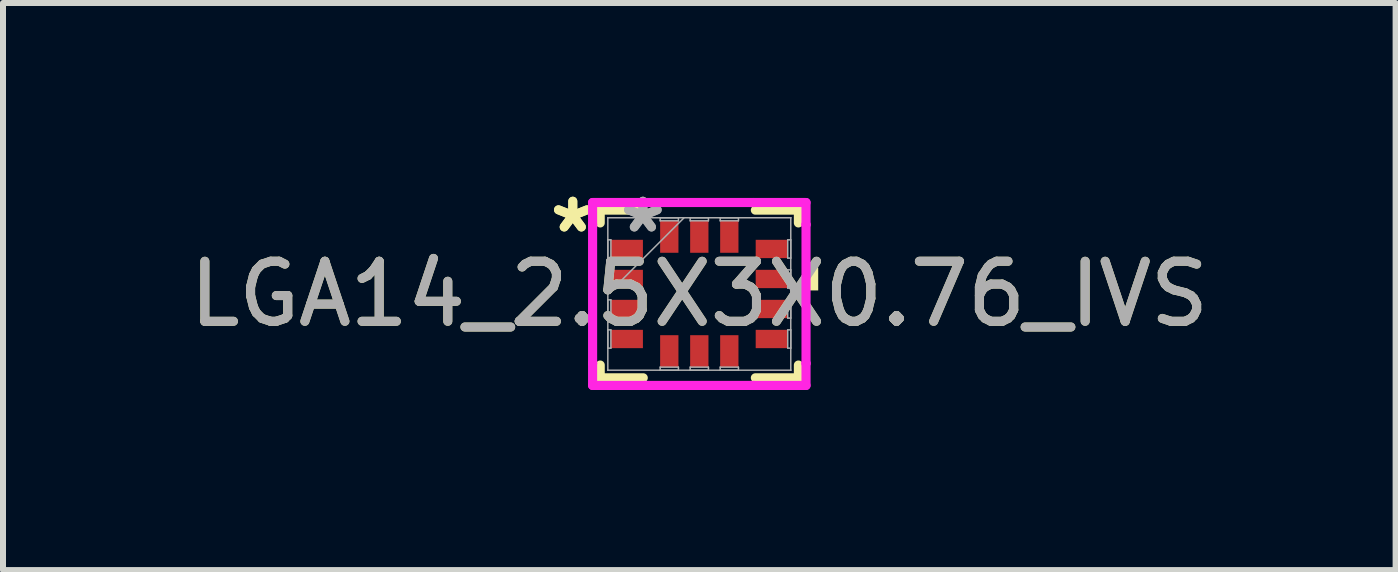
<source format=kicad_pcb>
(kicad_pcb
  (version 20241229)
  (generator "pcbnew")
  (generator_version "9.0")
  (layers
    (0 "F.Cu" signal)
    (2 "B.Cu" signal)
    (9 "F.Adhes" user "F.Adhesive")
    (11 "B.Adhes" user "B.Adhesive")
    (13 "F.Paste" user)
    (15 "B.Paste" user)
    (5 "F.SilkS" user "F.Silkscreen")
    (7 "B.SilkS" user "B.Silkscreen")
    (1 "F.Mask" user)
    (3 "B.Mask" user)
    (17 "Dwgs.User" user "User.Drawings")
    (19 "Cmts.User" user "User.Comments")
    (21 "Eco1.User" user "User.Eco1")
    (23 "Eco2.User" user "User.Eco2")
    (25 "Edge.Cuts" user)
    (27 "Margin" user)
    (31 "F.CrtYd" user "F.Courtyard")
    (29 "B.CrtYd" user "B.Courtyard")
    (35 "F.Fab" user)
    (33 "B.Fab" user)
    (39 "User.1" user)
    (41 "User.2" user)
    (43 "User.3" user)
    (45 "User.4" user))
  (footprint "LGA14_2.5X3X0.76_IVS"
    (layer "F.Cu")
    (at 8.601 1.848)
    (property "Reference" "LGA14_2.5X3X0.76_IVS" (at 0 0 0) (unlocked yes) (layer "F.SilkS") (effects (font (size 1 1) (thickness 0.15))))
    (attr smd)
    (fp_line (start -1.651 -1.397) (end -1.651 -1.184) (stroke (width 0.152) (type solid)) (layer "F.SilkS"))
    (fp_line (start -1.651 1.184) (end -1.651 1.397) (stroke (width 0.152) (type solid)) (layer "F.SilkS"))
    (fp_line (start -1.651 1.397) (end -0.934 1.397) (stroke (width 0.152) (type solid)) (layer "F.SilkS"))
    (fp_line (start -0.934 -1.397) (end -1.651 -1.397) (stroke (width 0.152) (type solid)) (layer "F.SilkS"))
    (fp_line (start 0.934 1.397) (end 1.651 1.397) (stroke (width 0.152) (type solid)) (layer "F.SilkS"))
    (fp_line (start 1.651 -1.397) (end 0.934 -1.397) (stroke (width 0.152) (type solid)) (layer "F.SilkS"))
    (fp_line (start 1.651 -1.184) (end 1.651 -1.397) (stroke (width 0.152) (type solid)) (layer "F.SilkS"))
    (fp_line (start 1.651 1.397) (end 1.651 1.184) (stroke (width 0.152) (type solid)) (layer "F.SilkS"))
    (fp_poly (pts (xy 1.981 -0.441) (xy 1.981 -0.059) (xy 1.727 -0.059) (xy 1.727 -0.441)) (stroke (width 0) (type solid)) (fill yes) (layer "F.SilkS"))
    (fp_line (start -1.778 -1.524) (end -0.906 -1.524) (stroke (width 0.152) (type solid)) (layer "F.CrtYd"))
    (fp_line (start -1.778 -1.156) (end -1.778 -1.524) (stroke (width 0.152) (type solid)) (layer "F.CrtYd"))
    (fp_line (start -1.778 -1.156) (end -1.778 -1.156) (stroke (width 0.152) (type solid)) (layer "F.CrtYd"))
    (fp_line (start -1.778 1.156) (end -1.778 -1.156) (stroke (width 0.152) (type solid)) (layer "F.CrtYd"))
    (fp_line (start -1.778 1.156) (end -1.778 1.156) (stroke (width 0.152) (type solid)) (layer "F.CrtYd"))
    (fp_line (start -1.778 1.524) (end -1.778 1.156) (stroke (width 0.152) (type solid)) (layer "F.CrtYd"))
    (fp_line (start -0.906 -1.524) (end -0.906 -1.524) (stroke (width 0.152) (type solid)) (layer "F.CrtYd"))
    (fp_line (start -0.906 -1.524) (end 0.906 -1.524) (stroke (width 0.152) (type solid)) (layer "F.CrtYd"))
    (fp_line (start -0.906 1.524) (end -1.778 1.524) (stroke (width 0.152) (type solid)) (layer "F.CrtYd"))
    (fp_line (start -0.906 1.524) (end -0.906 1.524) (stroke (width 0.152) (type solid)) (layer "F.CrtYd"))
    (fp_line (start 0.906 -1.524) (end 0.906 -1.524) (stroke (width 0.152) (type solid)) (layer "F.CrtYd"))
    (fp_line (start 0.906 -1.524) (end 1.778 -1.524) (stroke (width 0.152) (type solid)) (layer "F.CrtYd"))
    (fp_line (start 0.906 1.524) (end -0.906 1.524) (stroke (width 0.152) (type solid)) (layer "F.CrtYd"))
    (fp_line (start 0.906 1.524) (end 0.906 1.524) (stroke (width 0.152) (type solid)) (layer "F.CrtYd"))
    (fp_line (start 1.778 -1.524) (end 1.778 -1.156) (stroke (width 0.152) (type solid)) (layer "F.CrtYd"))
    (fp_line (start 1.778 -1.156) (end 1.778 -1.156) (stroke (width 0.152) (type solid)) (layer "F.CrtYd"))
    (fp_line (start 1.778 -1.156) (end 1.778 1.156) (stroke (width 0.152) (type solid)) (layer "F.CrtYd"))
    (fp_line (start 1.778 1.156) (end 1.778 1.156) (stroke (width 0.152) (type solid)) (layer "F.CrtYd"))
    (fp_line (start 1.778 1.156) (end 1.778 1.524) (stroke (width 0.152) (type solid)) (layer "F.CrtYd"))
    (fp_line (start 1.778 1.524) (end 0.906 1.524) (stroke (width 0.152) (type solid)) (layer "F.CrtYd"))
    (fp_line (start -1.524 -1.27) (end -1.524 -1.27) (stroke (width 0.025) (type solid)) (layer "F.Fab"))
    (fp_line (start -1.524 -1.27) (end -1.524 1.27) (stroke (width 0.025) (type solid)) (layer "F.Fab"))
    (fp_line (start -1.524 -0.902) (end -1.473 -0.902) (stroke (width 0.025) (type solid)) (layer "F.Fab"))
    (fp_line (start -1.524 -0.598) (end -1.524 -0.902) (stroke (width 0.025) (type solid)) (layer "F.Fab"))
    (fp_line (start -1.524 -0.402) (end -1.473 -0.402) (stroke (width 0.025) (type solid)) (layer "F.Fab"))
    (fp_line (start -1.524 -0.098) (end -1.524 -0.402) (stroke (width 0.025) (type solid)) (layer "F.Fab"))
    (fp_line (start -1.524 0) (end -0.254 -1.27) (stroke (width 0.025) (type solid)) (layer "F.Fab"))
    (fp_line (start -1.524 0.098) (end -1.473 0.098) (stroke (width 0.025) (type solid)) (layer "F.Fab"))
    (fp_line (start -1.524 0.402) (end -1.524 0.098) (stroke (width 0.025) (type solid)) (layer "F.Fab"))
    (fp_line (start -1.524 0.598) (end -1.473 0.598) (stroke (width 0.025) (type solid)) (layer "F.Fab"))
    (fp_line (start -1.524 0.902) (end -1.524 0.598) (stroke (width 0.025) (type solid)) (layer "F.Fab"))
    (fp_line (start -1.524 1.27) (end -1.524 1.27) (stroke (width 0.025) (type solid)) (layer "F.Fab"))
    (fp_line (start -1.524 1.27) (end 1.524 1.27) (stroke (width 0.025) (type solid)) (layer "F.Fab"))
    (fp_line (start -1.473 -0.902) (end -1.473 -0.598) (stroke (width 0.025) (type solid)) (layer "F.Fab"))
    (fp_line (start -1.473 -0.598) (end -1.524 -0.598) (stroke (width 0.025) (type solid)) (layer "F.Fab"))
    (fp_line (start -1.473 -0.402) (end -1.473 -0.098) (stroke (width 0.025) (type solid)) (layer "F.Fab"))
    (fp_line (start -1.473 -0.098) (end -1.524 -0.098) (stroke (width 0.025) (type solid)) (layer "F.Fab"))
    (fp_line (start -1.473 0.098) (end -1.473 0.402) (stroke (width 0.025) (type solid)) (layer "F.Fab"))
    (fp_line (start -1.473 0.402) (end -1.524 0.402) (stroke (width 0.025) (type solid)) (layer "F.Fab"))
    (fp_line (start -1.473 0.598) (end -1.473 0.902) (stroke (width 0.025) (type solid)) (layer "F.Fab"))
    (fp_line (start -1.473 0.902) (end -1.524 0.902) (stroke (width 0.025) (type solid)) (layer "F.Fab"))
    (fp_line (start -0.652 -1.27) (end -0.348 -1.27) (stroke (width 0.025) (type solid)) (layer "F.Fab"))
    (fp_line (start -0.652 -1.219) (end -0.652 -1.27) (stroke (width 0.025) (type solid)) (layer "F.Fab"))
    (fp_line (start -0.652 1.219) (end -0.348 1.219) (stroke (width 0.025) (type solid)) (layer "F.Fab"))
    (fp_line (start -0.652 1.27) (end -0.652 1.219) (stroke (width 0.025) (type solid)) (layer "F.Fab"))
    (fp_line (start -0.348 -1.27) (end -0.348 -1.219) (stroke (width 0.025) (type solid)) (layer "F.Fab"))
    (fp_line (start -0.348 -1.219) (end -0.652 -1.219) (stroke (width 0.025) (type solid)) (layer "F.Fab"))
    (fp_line (start -0.348 1.219) (end -0.348 1.27) (stroke (width 0.025) (type solid)) (layer "F.Fab"))
    (fp_line (start -0.348 1.27) (end -0.652 1.27) (stroke (width 0.025) (type solid)) (layer "F.Fab"))
    (fp_line (start -0.152 -1.27) (end 0.152 -1.27) (stroke (width 0.025) (type solid)) (layer "F.Fab"))
    (fp_line (start -0.152 -1.219) (end -0.152 -1.27) (stroke (width 0.025) (type solid)) (layer "F.Fab"))
    (fp_line (start -0.152 1.219) (end 0.152 1.219) (stroke (width 0.025) (type solid)) (layer "F.Fab"))
    (fp_line (start -0.152 1.27) (end -0.152 1.219) (stroke (width 0.025) (type solid)) (layer "F.Fab"))
    (fp_line (start 0.152 -1.27) (end 0.152 -1.219) (stroke (width 0.025) (type solid)) (layer "F.Fab"))
    (fp_line (start 0.152 -1.219) (end -0.152 -1.219) (stroke (width 0.025) (type solid)) (layer "F.Fab"))
    (fp_line (start 0.152 1.219) (end 0.152 1.27) (stroke (width 0.025) (type solid)) (layer "F.Fab"))
    (fp_line (start 0.152 1.27) (end -0.152 1.27) (stroke (width 0.025) (type solid)) (layer "F.Fab"))
    (fp_line (start 0.348 -1.27) (end 0.652 -1.27) (stroke (width 0.025) (type solid)) (layer "F.Fab"))
    (fp_line (start 0.348 -1.219) (end 0.348 -1.27) (stroke (width 0.025) (type solid)) (layer "F.Fab"))
    (fp_line (start 0.348 1.219) (end 0.652 1.219) (stroke (width 0.025) (type solid)) (layer "F.Fab"))
    (fp_line (start 0.348 1.27) (end 0.348 1.219) (stroke (width 0.025) (type solid)) (layer "F.Fab"))
    (fp_line (start 0.652 -1.27) (end 0.652 -1.219) (stroke (width 0.025) (type solid)) (layer "F.Fab"))
    (fp_line (start 0.652 -1.219) (end 0.348 -1.219) (stroke (width 0.025) (type solid)) (layer "F.Fab"))
    (fp_line (start 0.652 1.219) (end 0.652 1.27) (stroke (width 0.025) (type solid)) (layer "F.Fab"))
    (fp_line (start 0.652 1.27) (end 0.348 1.27) (stroke (width 0.025) (type solid)) (layer "F.Fab"))
    (fp_line (start 1.473 -0.902) (end 1.524 -0.902) (stroke (width 0.025) (type solid)) (layer "F.Fab"))
    (fp_line (start 1.473 -0.598) (end 1.473 -0.902) (stroke (width 0.025) (type solid)) (layer "F.Fab"))
    (fp_line (start 1.473 -0.402) (end 1.524 -0.402) (stroke (width 0.025) (type solid)) (layer "F.Fab"))
    (fp_line (start 1.473 -0.098) (end 1.473 -0.402) (stroke (width 0.025) (type solid)) (layer "F.Fab"))
    (fp_line (start 1.473 0.098) (end 1.524 0.098) (stroke (width 0.025) (type solid)) (layer "F.Fab"))
    (fp_line (start 1.473 0.402) (end 1.473 0.098) (stroke (width 0.025) (type solid)) (layer "F.Fab"))
    (fp_line (start 1.473 0.598) (end 1.524 0.598) (stroke (width 0.025) (type solid)) (layer "F.Fab"))
    (fp_line (start 1.473 0.902) (end 1.473 0.598) (stroke (width 0.025) (type solid)) (layer "F.Fab"))
    (fp_line (start 1.524 -1.27) (end -1.524 -1.27) (stroke (width 0.025) (type solid)) (layer "F.Fab"))
    (fp_line (start 1.524 -1.27) (end 1.524 -1.27) (stroke (width 0.025) (type solid)) (layer "F.Fab"))
    (fp_line (start 1.524 -0.902) (end 1.524 -0.598) (stroke (width 0.025) (type solid)) (layer "F.Fab"))
    (fp_line (start 1.524 -0.598) (end 1.473 -0.598) (stroke (width 0.025) (type solid)) (layer "F.Fab"))
    (fp_line (start 1.524 -0.402) (end 1.524 -0.098) (stroke (width 0.025) (type solid)) (layer "F.Fab"))
    (fp_line (start 1.524 -0.098) (end 1.473 -0.098) (stroke (width 0.025) (type solid)) (layer "F.Fab"))
    (fp_line (start 1.524 0.098) (end 1.524 0.402) (stroke (width 0.025) (type solid)) (layer "F.Fab"))
    (fp_line (start 1.524 0.402) (end 1.473 0.402) (stroke (width 0.025) (type solid)) (layer "F.Fab"))
    (fp_line (start 1.524 0.598) (end 1.524 0.902) (stroke (width 0.025) (type solid)) (layer "F.Fab"))
    (fp_line (start 1.524 0.902) (end 1.473 0.902) (stroke (width 0.025) (type solid)) (layer "F.Fab"))
    (fp_line (start 1.524 1.27) (end 1.524 -1.27) (stroke (width 0.025) (type solid)) (layer "F.Fab"))
    (fp_line (start 1.524 1.27) (end 1.524 1.27) (stroke (width 0.025) (type solid)) (layer "F.Fab"))
    (fp_text user "*" (at -2.108 -1 0) (layer "F.SilkS") (effects (font (size 1 1) (thickness 0.15))))
    (fp_text user "*" (at -2.108 -1 0) (unlocked yes) (layer "F.SilkS") (effects (font (size 1 1) (thickness 0.15))))
    (fp_text user "${REFERENCE}" (at 0 0 0) (unlocked yes) (layer "F.Fab") (effects (font (size 1 1) (thickness 0.15))))
    (fp_text user "*" (at -0.94 -1 0) (layer "F.Fab") (effects (font (size 1 1) (thickness 0.15))))
    (fp_text user "*" (at -0.94 -1 0) (unlocked yes) (layer "F.Fab") (effects (font (size 1 1) (thickness 0.15))))
    (pad "1" smd rect (at -1.206 -0.75 90) (size 0.305 0.533) (layers "F.Cu" "F.Mask" "F.Paste"))
    (pad "2" smd rect (at -1.206 -0.25 90) (size 0.305 0.533) (layers "F.Cu" "F.Mask" "F.Paste"))
    (pad "3" smd rect (at -1.206 0.25 90) (size 0.305 0.533) (layers "F.Cu" "F.Mask" "F.Paste"))
    (pad "4" smd rect (at -1.206 0.75 90) (size 0.305 0.533) (layers "F.Cu" "F.Mask" "F.Paste"))
    (pad "5" smd rect (at -0.5 0.953) (size 0.305 0.533) (layers "F.Cu" "F.Mask" "F.Paste"))
    (pad "6" smd rect (at 0 0.953) (size 0.305 0.533) (layers "F.Cu" "F.Mask" "F.Paste"))
    (pad "7" smd rect (at 0.5 0.953) (size 0.305 0.533) (layers "F.Cu" "F.Mask" "F.Paste"))
    (pad "8" smd rect (at 1.206 0.75 90) (size 0.305 0.533) (layers "F.Cu" "F.Mask" "F.Paste"))
    (pad "9" smd rect (at 1.206 0.25 90) (size 0.305 0.533) (layers "F.Cu" "F.Mask" "F.Paste"))
    (pad "10" smd rect (at 1.206 -0.25 90) (size 0.305 0.533) (layers "F.Cu" "F.Mask" "F.Paste"))
    (pad "11" smd rect (at 1.206 -0.75 90) (size 0.305 0.533) (layers "F.Cu" "F.Mask" "F.Paste"))
    (pad "12" smd rect (at 0.5 -0.953) (size 0.305 0.533) (layers "F.Cu" "F.Mask" "F.Paste"))
    (pad "13" smd rect (at 0 -0.953) (size 0.305 0.533) (layers "F.Cu" "F.Mask" "F.Paste"))
    (pad "14" smd rect (at -0.5 -0.953) (size 0.305 0.533) (layers "F.Cu" "F.Mask" "F.Paste")))
  (gr_rect
    (start -3 -3)
    (end 20.202 6.448)
    (stroke (width 0.1) (type default))
    (fill no)
    (layer "Edge.Cuts")))
</source>
